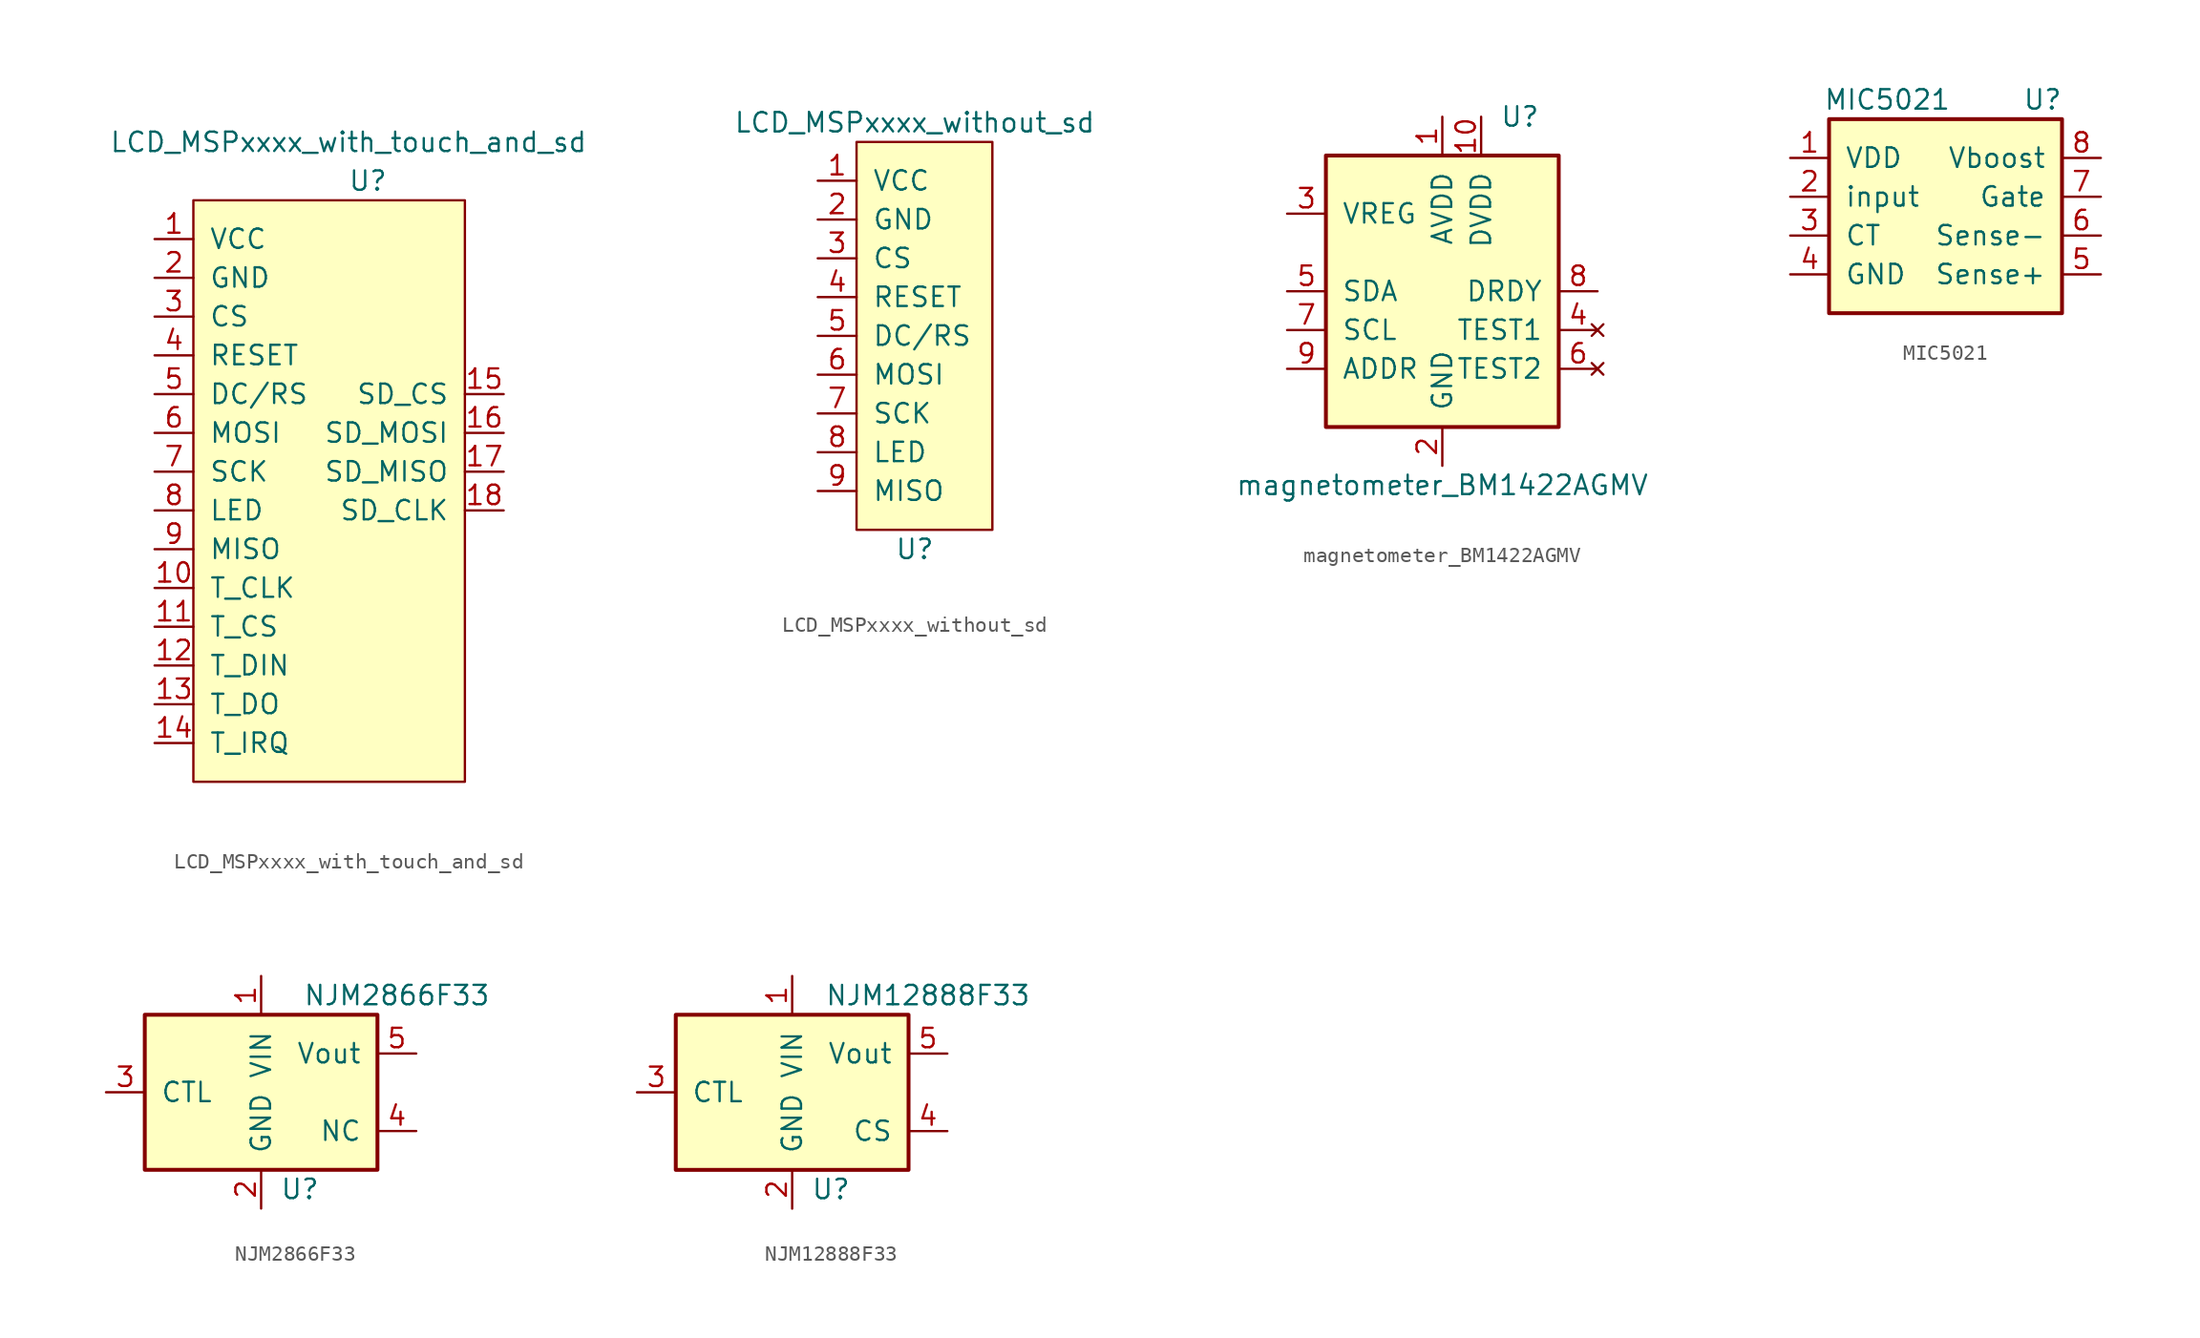
<source format=kicad_sym>
(kicad_symbol_lib
  (version 20211014)
  (generator kicad_symbol_editor)
  (symbol "LCD_MSPxxxx_with_touch_and_sd"
    (pin_names
      (offset 1.016))
    (property "Reference" "U"
      (at 13.97 3.81 0)
      (effects (font (size 1.27 1.27))))
    (property "Value" "LCD_MSPxxxx_with_touch_and_sd"
      (at 12.7 6.35 0)
      (effects (font (size 1.27 1.27))))
    (symbol "LCD_MSPxxxx_with_touch_and_sd_0_1"
      (rectangle (start 2.54 2.54) (end 20.32 -35.56) (stroke (width 0) (type default) (color 0 0 0 0)) (fill (type background))))
    (symbol "LCD_MSPxxxx_with_touch_and_sd_1_1"
      (pin input line (at 0 0 0) (length 2.54) (name "VCC" (effects (font (size 1.27 1.27)))) (number "1" (effects (font (size 1.27 1.27)))))
      (pin input line (at 0 -22.86 0) (length 2.54) (name "T_CLK" (effects (font (size 1.27 1.27)))) (number "10" (effects (font (size 1.27 1.27)))))
      (pin input line (at 0 -25.4 0) (length 2.54) (name "T_CS" (effects (font (size 1.27 1.27)))) (number "11" (effects (font (size 1.27 1.27)))))
      (pin input line (at 0 -27.94 0) (length 2.54) (name "T_DIN" (effects (font (size 1.27 1.27)))) (number "12" (effects (font (size 1.27 1.27)))))
      (pin output line (at 0 -30.48 0) (length 2.54) (name "T_DO" (effects (font (size 1.27 1.27)))) (number "13" (effects (font (size 1.27 1.27)))))
      (pin output line (at 0 -33.02 0) (length 2.54) (name "T_IRQ" (effects (font (size 1.27 1.27)))) (number "14" (effects (font (size 1.27 1.27)))))
      (pin input line (at 22.86 -10.16 180) (length 2.54) (name "SD_CS" (effects (font (size 1.27 1.27)))) (number "15" (effects (font (size 1.27 1.27)))))
      (pin input line (at 22.86 -12.7 180) (length 2.54) (name "SD_MOSI" (effects (font (size 1.27 1.27)))) (number "16" (effects (font (size 1.27 1.27)))))
      (pin input line (at 22.86 -15.24 180) (length 2.54) (name "SD_MISO" (effects (font (size 1.27 1.27)))) (number "17" (effects (font (size 1.27 1.27)))))
      (pin input line (at 22.86 -17.78 180) (length 2.54) (name "SD_CLK" (effects (font (size 1.27 1.27)))) (number "18" (effects (font (size 1.27 1.27)))))
      (pin input line (at 0 -2.54 0) (length 2.54) (name "GND" (effects (font (size 1.27 1.27)))) (number "2" (effects (font (size 1.27 1.27)))))
      (pin input line (at 0 -5.08 0) (length 2.54) (name "CS" (effects (font (size 1.27 1.27)))) (number "3" (effects (font (size 1.27 1.27)))))
      (pin input line (at 0 -7.62 0) (length 2.54) (name "RESET" (effects (font (size 1.27 1.27)))) (number "4" (effects (font (size 1.27 1.27)))))
      (pin input line (at 0 -10.16 0) (length 2.54) (name "DC/RS" (effects (font (size 1.27 1.27)))) (number "5" (effects (font (size 1.27 1.27)))))
      (pin input line (at 0 -12.7 0) (length 2.54) (name "MOSI" (effects (font (size 1.27 1.27)))) (number "6" (effects (font (size 1.27 1.27)))))
      (pin input line (at 0 -15.24 0) (length 2.54) (name "SCK" (effects (font (size 1.27 1.27)))) (number "7" (effects (font (size 1.27 1.27)))))
      (pin input line (at 0 -17.78 0) (length 2.54) (name "LED" (effects (font (size 1.27 1.27)))) (number "8" (effects (font (size 1.27 1.27)))))
      (pin output line (at 0 -20.32 0) (length 2.54) (name "MISO" (effects (font (size 1.27 1.27)))) (number "9" (effects (font (size 1.27 1.27)))))))
  (symbol "LCD_MSPxxxx_without_sd"
    (pin_names
      (offset 1.016))
    (property "Reference" "U"
      (at 0 -13.97 0)
      (effects (font (size 1.27 1.27))))
    (property "Value" "LCD_MSPxxxx_without_sd"
      (at 0 13.97 0)
      (effects (font (size 1.27 1.27))))
    (symbol "LCD_MSPxxxx_without_sd_0_1"
      (rectangle (start -3.81 12.7) (end 5.08 -12.7) (stroke (width 0) (type default) (color 0 0 0 0)) (fill (type background))))
    (symbol "LCD_MSPxxxx_without_sd_1_1"
      (pin input line (at -6.35 10.16 0) (length 2.54) (name "VCC" (effects (font (size 1.27 1.27)))) (number "1" (effects (font (size 1.27 1.27)))))
      (pin input line (at -6.35 7.62 0) (length 2.54) (name "GND" (effects (font (size 1.27 1.27)))) (number "2" (effects (font (size 1.27 1.27)))))
      (pin input line (at -6.35 5.08 0) (length 2.54) (name "CS" (effects (font (size 1.27 1.27)))) (number "3" (effects (font (size 1.27 1.27)))))
      (pin input line (at -6.35 2.54 0) (length 2.54) (name "RESET" (effects (font (size 1.27 1.27)))) (number "4" (effects (font (size 1.27 1.27)))))
      (pin input line (at -6.35 0 0) (length 2.54) (name "DC/RS" (effects (font (size 1.27 1.27)))) (number "5" (effects (font (size 1.27 1.27)))))
      (pin input line (at -6.35 -2.54 0) (length 2.54) (name "MOSI" (effects (font (size 1.27 1.27)))) (number "6" (effects (font (size 1.27 1.27)))))
      (pin input line (at -6.35 -5.08 0) (length 2.54) (name "SCK" (effects (font (size 1.27 1.27)))) (number "7" (effects (font (size 1.27 1.27)))))
      (pin input line (at -6.35 -7.62 0) (length 2.54) (name "LED" (effects (font (size 1.27 1.27)))) (number "8" (effects (font (size 1.27 1.27)))))
      (pin output line (at -6.35 -10.16 0) (length 2.54) (name "MISO" (effects (font (size 1.27 1.27)))) (number "9" (effects (font (size 1.27 1.27)))))))
  (symbol "magnetometer_BM1422AGMV"
    (pin_names
      (offset 1.016))
    (property "Reference" "U"
      (at 5.08 11.43 0)
      (effects (font (size 1.27 1.27))))
    (property "Value" "magnetometer_BM1422AGMV"
      (at 0 -12.7 0)
      (effects (font (size 1.27 1.27))))
    (symbol "magnetometer_BM1422AGMV_0_1"
      (rectangle (start -7.62 8.89) (end 7.62 -8.89) (stroke (width 0.254) (type default) (color 0 0 0 0)) (fill (type background))))
    (symbol "magnetometer_BM1422AGMV_1_1"
      (pin input line (at 0 11.43 270) (length 2.54) (name "AVDD" (effects (font (size 1.27 1.27)))) (number "1" (effects (font (size 1.27 1.27)))))
      (pin input line (at 2.54 11.43 270) (length 2.54) (name "DVDD" (effects (font (size 1.27 1.27)))) (number "10" (effects (font (size 1.27 1.27)))))
      (pin input line (at 0 -11.43 90) (length 2.54) (name "GND" (effects (font (size 1.27 1.27)))) (number "2" (effects (font (size 1.27 1.27)))))
      (pin input line (at -10.16 5.08 0) (length 2.54) (name "VREG" (effects (font (size 1.27 1.27)))) (number "3" (effects (font (size 1.27 1.27)))))
      (pin no_connect line (at 10.16 -2.54 180) (length 2.54) (name "TEST1" (effects (font (size 1.27 1.27)))) (number "4" (effects (font (size 1.27 1.27)))))
      (pin input line (at -10.16 0 0) (length 2.54) (name "SDA" (effects (font (size 1.27 1.27)))) (number "5" (effects (font (size 1.27 1.27)))))
      (pin no_connect line (at 10.16 -5.08 180) (length 2.54) (name "TEST2" (effects (font (size 1.27 1.27)))) (number "6" (effects (font (size 1.27 1.27)))))
      (pin input line (at -10.16 -2.54 0) (length 2.54) (name "SCL" (effects (font (size 1.27 1.27)))) (number "7" (effects (font (size 1.27 1.27)))))
      (pin input line (at 10.16 0 180) (length 2.54) (name "DRDY" (effects (font (size 1.27 1.27)))) (number "8" (effects (font (size 1.27 1.27)))))
      (pin input line (at -10.16 -5.08 0) (length 2.54) (name "ADDR" (effects (font (size 1.27 1.27)))) (number "9" (effects (font (size 1.27 1.27)))))))
  (symbol "MIC5021"
    (pin_names
      (offset 1.016))
    (property "Reference" "U"
      (at 6.35 7.62 0)
      (effects (font (size 1.27 1.27))))
    (property "Value" "MIC5021"
      (at -3.81 7.62 0)
      (effects (font (size 1.27 1.27))))
    (symbol "MIC5021_0_1"
      (rectangle (start -7.62 6.35) (end 7.62 -6.35) (stroke (width 0.254) (type default) (color 0 0 0 0)) (fill (type background))))
    (symbol "MIC5021_1_1"
      (pin power_in line (at -10.16 3.81 0) (length 2.54) (name "VDD" (effects (font (size 1.27 1.27)))) (number "1" (effects (font (size 1.27 1.27)))))
      (pin input line (at -10.16 1.27 0) (length 2.54) (name "input" (effects (font (size 1.27 1.27)))) (number "2" (effects (font (size 1.27 1.27)))))
      (pin input line (at -10.16 -1.27 0) (length 2.54) (name "CT" (effects (font (size 1.27 1.27)))) (number "3" (effects (font (size 1.27 1.27)))))
      (pin power_in line (at -10.16 -3.81 0) (length 2.54) (name "GND" (effects (font (size 1.27 1.27)))) (number "4" (effects (font (size 1.27 1.27)))))
      (pin input line (at 10.16 -3.81 180) (length 2.54) (name "Sense+" (effects (font (size 1.27 1.27)))) (number "5" (effects (font (size 1.27 1.27)))))
      (pin input line (at 10.16 -1.27 180) (length 2.54) (name "Sense-" (effects (font (size 1.27 1.27)))) (number "6" (effects (font (size 1.27 1.27)))))
      (pin output line (at 10.16 1.27 180) (length 2.54) (name "Gate" (effects (font (size 1.27 1.27)))) (number "7" (effects (font (size 1.27 1.27)))))
      (pin passive line (at 10.16 3.81 180) (length 2.54) (name "Vboost" (effects (font (size 1.27 1.27)))) (number "8" (effects (font (size 1.27 1.27)))))))
  (symbol "NJM2866F33"
    (pin_names
      (offset 1.016))
    (property "Reference" "U"
      (at 2.54 -6.35 0)
      (effects (font (size 1.27 1.27))))
    (property "Value" "NJM2866F33"
      (at 8.89 6.35 0)
      (effects (font (size 1.27 1.27))))
    (symbol "NJM2866F33_0_1"
      (rectangle (start -7.62 5.08) (end 7.62 -5.08) (stroke (width 0.254) (type default) (color 0 0 0 0)) (fill (type background))))
    (symbol "NJM2866F33_1_1"
      (pin power_in line (at 0 7.62 270) (length 2.54) (name "VIN" (effects (font (size 1.27 1.27)))) (number "1" (effects (font (size 1.27 1.27)))))
      (pin power_in line (at 0 -7.62 90) (length 2.54) (name "GND" (effects (font (size 1.27 1.27)))) (number "2" (effects (font (size 1.27 1.27)))))
      (pin input line (at -10.16 0 0) (length 2.54) (name "CTL" (effects (font (size 1.27 1.27)))) (number "3" (effects (font (size 1.27 1.27)))))
      (pin input line (at 10.16 -2.54 180) (length 2.54) (name "NC" (effects (font (size 1.27 1.27)))) (number "4" (effects (font (size 1.27 1.27)))))
      (pin input line (at 10.16 2.54 180) (length 2.54) (name "Vout" (effects (font (size 1.27 1.27)))) (number "5" (effects (font (size 1.27 1.27)))))))
  (symbol "NJM12888F33"
    (pin_names
      (offset 1.016))
    (property "Reference" "U"
      (at 2.54 -6.35 0)
      (effects (font (size 1.27 1.27))))
    (property "Value" "NJM12888F33"
      (at 8.89 6.35 0)
      (effects (font (size 1.27 1.27))))
    (symbol "NJM12888F33_0_1"
      (rectangle (start -7.62 5.08) (end 7.62 -5.08) (stroke (width 0.254) (type default) (color 0 0 0 0)) (fill (type background))))
    (symbol "NJM12888F33_1_1"
      (pin power_in line (at 0 7.62 270) (length 2.54) (name "VIN" (effects (font (size 1.27 1.27)))) (number "1" (effects (font (size 1.27 1.27)))))
      (pin power_in line (at 0 -7.62 90) (length 2.54) (name "GND" (effects (font (size 1.27 1.27)))) (number "2" (effects (font (size 1.27 1.27)))))
      (pin input line (at -10.16 0 0) (length 2.54) (name "CTL" (effects (font (size 1.27 1.27)))) (number "3" (effects (font (size 1.27 1.27)))))
      (pin input line (at 10.16 -2.54 180) (length 2.54) (name "CS" (effects (font (size 1.27 1.27)))) (number "4" (effects (font (size 1.27 1.27)))))
      (pin input line (at 10.16 2.54 180) (length 2.54) (name "Vout" (effects (font (size 1.27 1.27)))) (number "5" (effects (font (size 1.27 1.27))))))))
</source>
